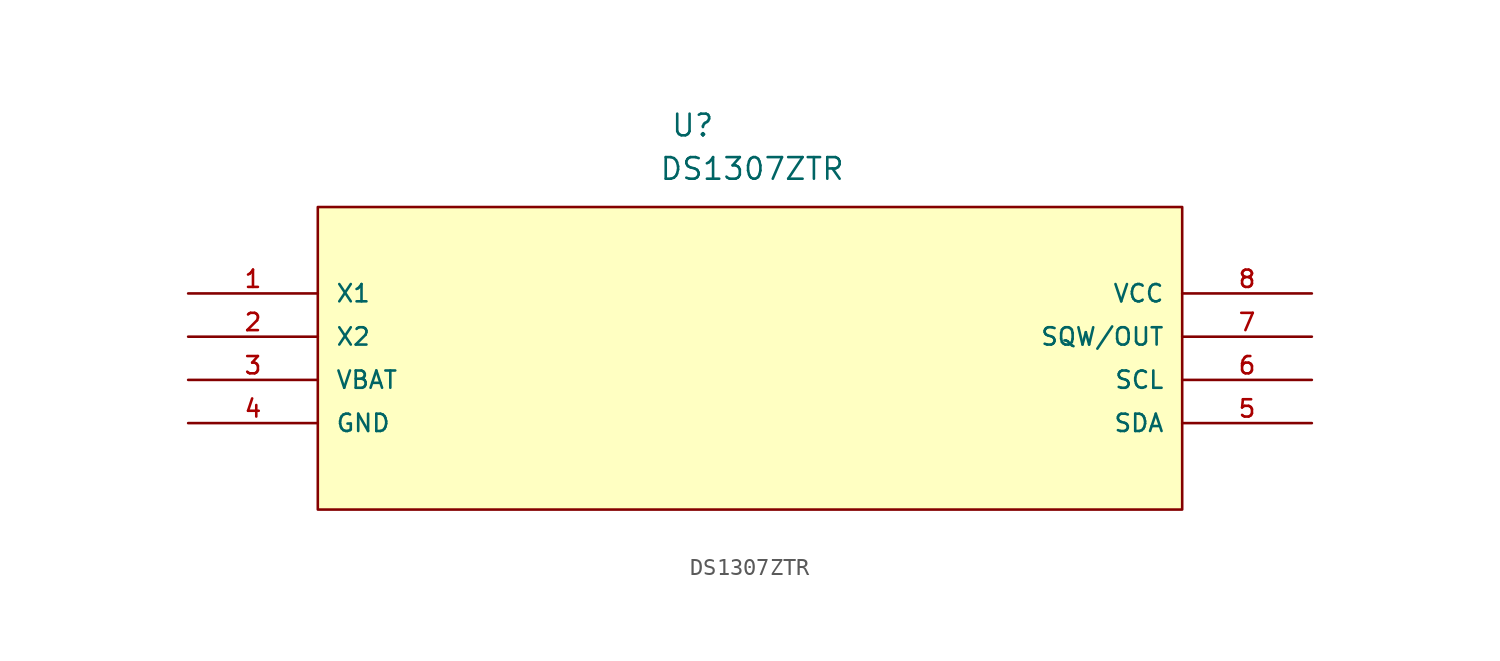
<source format=kicad_sym>
(kicad_symbol_lib
  (version 20211014)
  (generator kicad_symbol_editor)
  (symbol "DS1307ZTR"
    (pin_names
      (offset 1.016))
    (property "Reference" "U"
      (at 28.34 9.133 0.0)
      (effects (font (size 1.27 1.27)) (justify bottom left)))
    (property "Value" "DS1307ZTR"
      (at 27.665 6.58 0.0)
      (effects (font (size 1.27 1.27)) (justify bottom left)))
    (symbol "DS1307ZTR_0_0"
      (rectangle (start 7.62 -12.7) (end 58.42 5.08) (stroke (width 0.152)) (fill (type background)))
      (pin passive line (at 0.0 0.0 0) (length 7.62) (name "X1" (effects (font (size 1.016 1.016)))) (number "1" (effects (font (size 1.016 1.016)))))
      (pin passive line (at 0.0 -2.54 0) (length 7.62) (name "X2" (effects (font (size 1.016 1.016)))) (number "2" (effects (font (size 1.016 1.016)))))
      (pin power_in line (at 0.0 -5.08 0) (length 7.62) (name "VBAT" (effects (font (size 1.016 1.016)))) (number "3" (effects (font (size 1.016 1.016)))))
      (pin power_in line (at 0.0 -7.62 0) (length 7.62) (name "GND" (effects (font (size 1.016 1.016)))) (number "4" (effects (font (size 1.016 1.016)))))
      (pin passive line (at 66.04 -7.62 180.0) (length 7.62) (name "SDA" (effects (font (size 1.016 1.016)))) (number "5" (effects (font (size 1.016 1.016)))))
      (pin passive line (at 66.04 -5.08 180.0) (length 7.62) (name "SCL" (effects (font (size 1.016 1.016)))) (number "6" (effects (font (size 1.016 1.016)))))
      (pin passive line (at 66.04 -2.54 180.0) (length 7.62) (name "SQW/OUT" (effects (font (size 1.016 1.016)))) (number "7" (effects (font (size 1.016 1.016)))))
      (pin power_in line (at 66.04 0.0 180.0) (length 7.62) (name "VCC" (effects (font (size 1.016 1.016)))) (number "8" (effects (font (size 1.016 1.016))))))))
</source>
